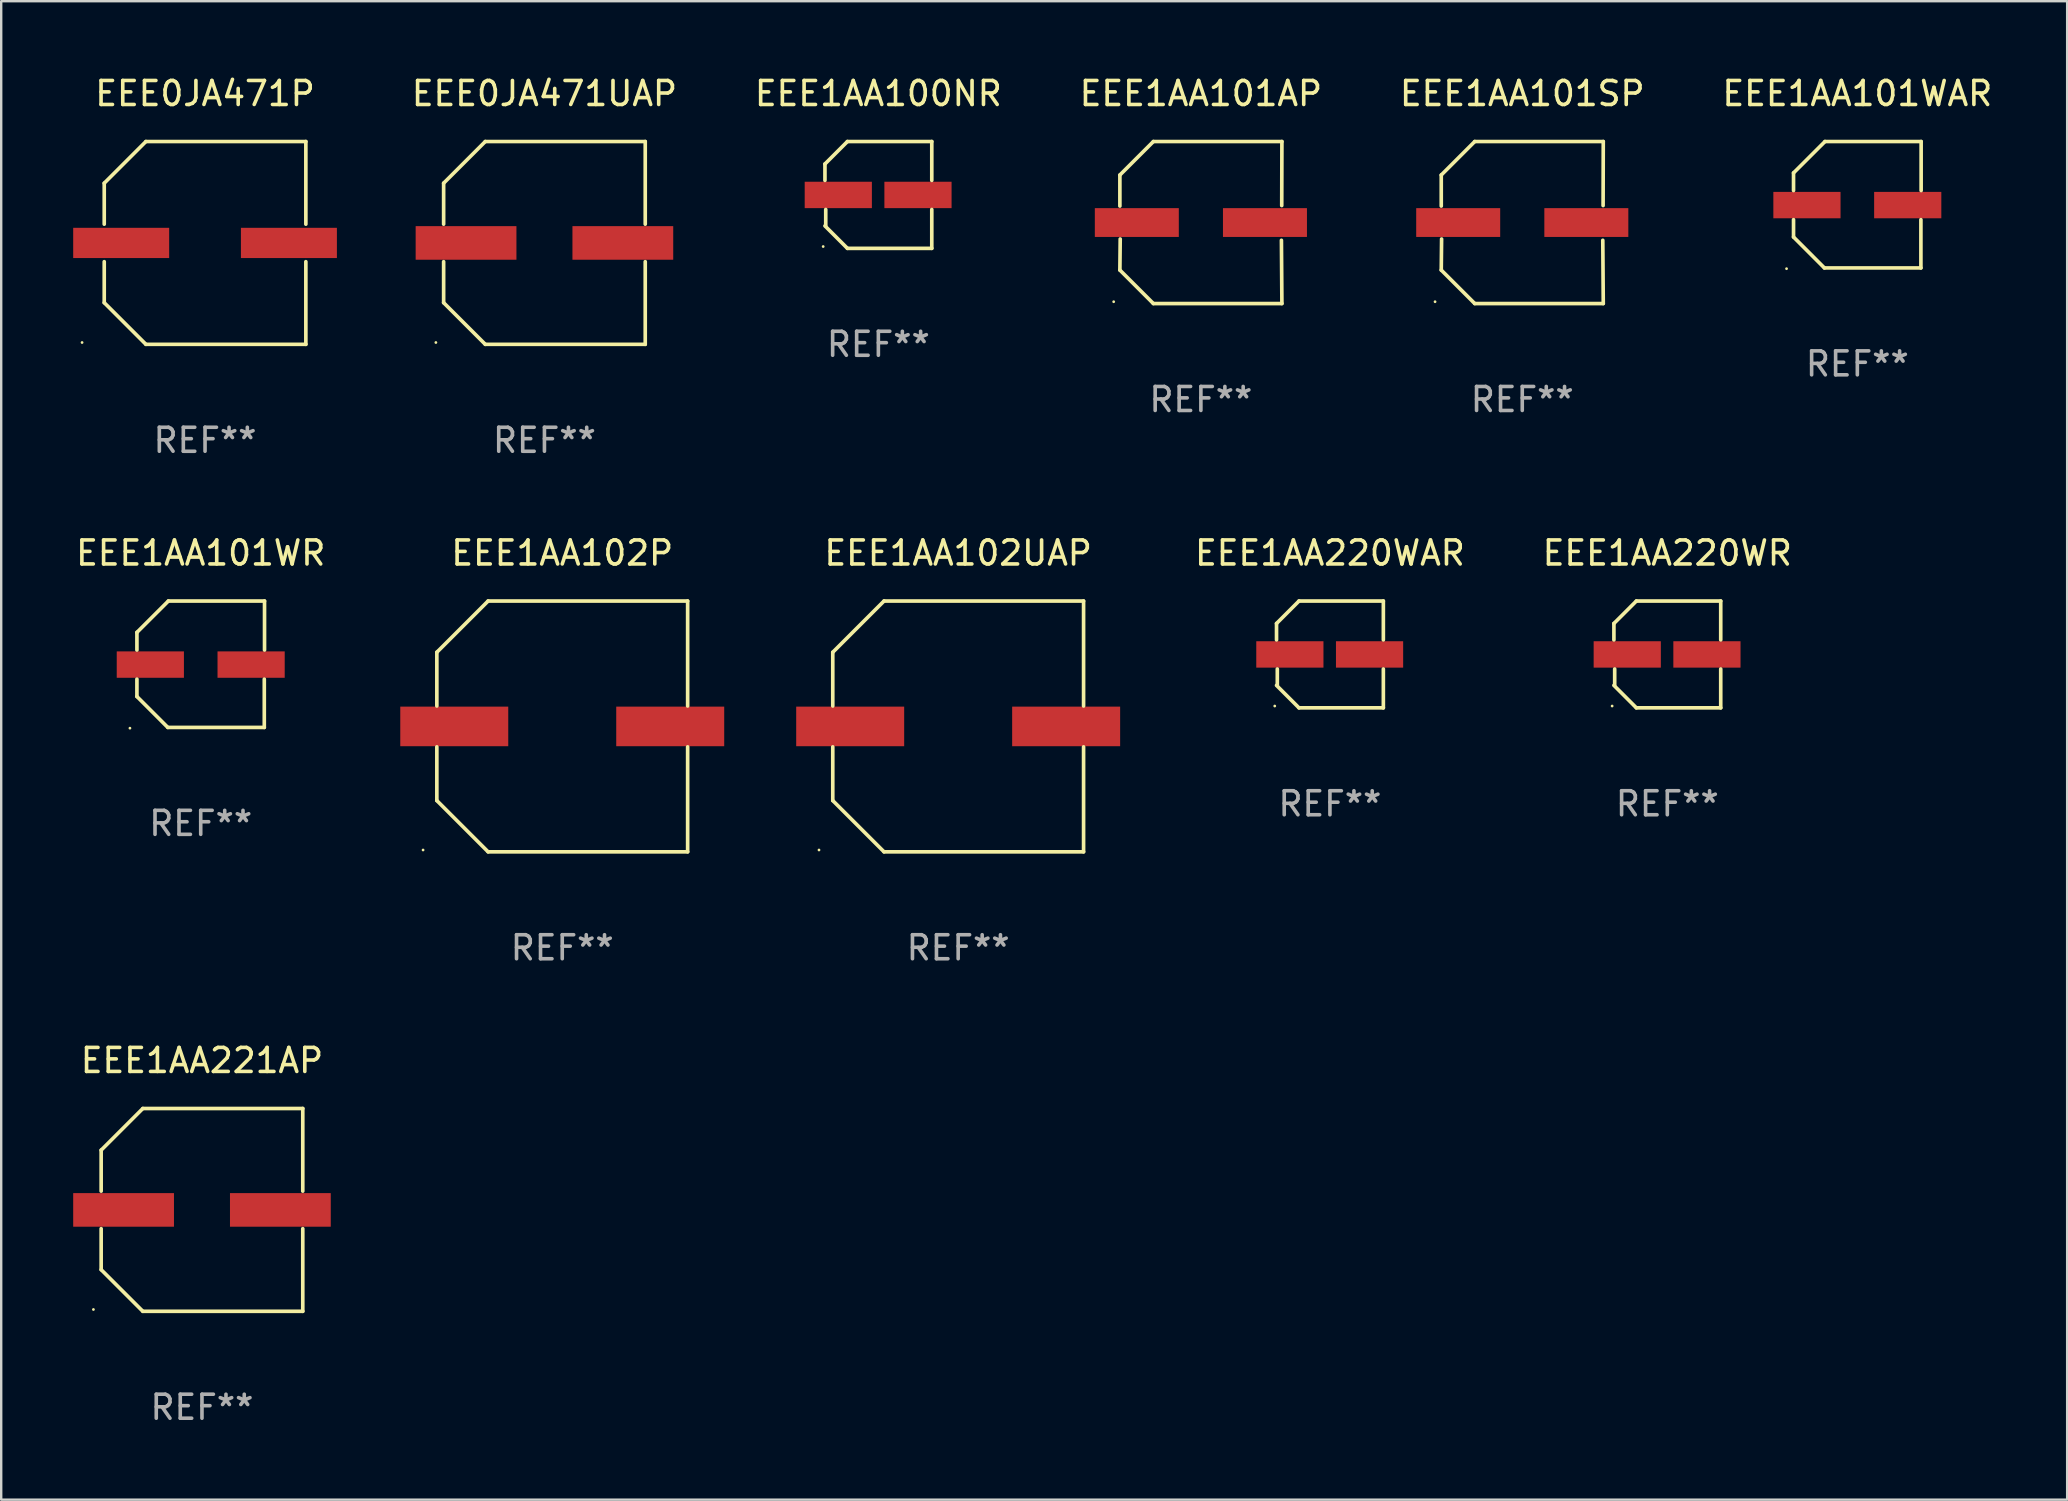
<source format=kicad_pcb>
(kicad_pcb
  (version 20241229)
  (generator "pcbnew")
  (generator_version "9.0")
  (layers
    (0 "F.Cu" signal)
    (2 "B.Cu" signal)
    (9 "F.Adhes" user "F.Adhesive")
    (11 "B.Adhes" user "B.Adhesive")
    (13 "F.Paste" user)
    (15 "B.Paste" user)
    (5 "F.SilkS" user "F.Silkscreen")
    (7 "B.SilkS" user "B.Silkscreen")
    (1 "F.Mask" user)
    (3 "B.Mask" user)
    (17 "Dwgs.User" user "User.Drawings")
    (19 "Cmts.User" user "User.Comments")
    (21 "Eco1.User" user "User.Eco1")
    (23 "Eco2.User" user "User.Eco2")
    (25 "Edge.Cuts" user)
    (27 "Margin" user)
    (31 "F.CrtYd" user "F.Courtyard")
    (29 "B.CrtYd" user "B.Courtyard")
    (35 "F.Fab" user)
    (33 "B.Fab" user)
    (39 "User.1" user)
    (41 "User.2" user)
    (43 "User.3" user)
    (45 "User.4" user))
  (footprint "EEE1AA220WAR"
    (layer "F.Cu")
    (at 52.374 24.223)
    (property "Reference" "EEE1AA220WAR" (at 0 -4.226 0) (layer "F.SilkS") (effects (font (size 1 1) (thickness 0.15))))
    (attr through_hole)
    (fp_line (start -2.226 -1.29) (end -2.226 -0.607) (stroke (width 0.152) (type solid)) (layer "F.SilkS"))
    (fp_line (start -2.193 1.29) (end -2.193 0.607) (stroke (width 0.152) (type solid)) (layer "F.SilkS"))
    (fp_line (start -1.29 2.226) (end -2.226 1.29) (stroke (width 0.152) (type solid)) (layer "F.SilkS"))
    (fp_line (start -1.29 -2.226) (end -2.226 -1.29) (stroke (width 0.152) (type solid)) (layer "F.SilkS"))
    (fp_line (start 2.226 -2.226) (end -1.29 -2.226) (stroke (width 0.152) (type solid)) (layer "F.SilkS"))
    (fp_line (start 2.226 -0.607) (end 2.226 -2.226) (stroke (width 0.152) (type solid)) (layer "F.SilkS"))
    (fp_line (start 2.226 0.607) (end 2.226 2.226) (stroke (width 0.152) (type solid)) (layer "F.SilkS"))
    (fp_line (start 2.226 2.226) (end -1.29 2.226) (stroke (width 0.152) (type solid)) (layer "F.SilkS"))
    (fp_circle (center -2.3 2.15) (end -2.27 2.15) (stroke (width 0.06) (type solid)) (fill no) (layer "F.SilkS"))
    (fp_text user "REF**" (at 0 6.226 0) (layer "F.Fab") (effects (font (size 1 1) (thickness 0.15))))
    (pad "1" smd rect (at -1.67 -0.000025) (size 2.8 1.1) (layers "F.Cu" "F.Mask" "F.Paste"))
    (pad "2" smd rect (at 1.651 -0.000025) (size 2.8 1.1) (layers "F.Cu" "F.Mask" "F.Paste")))
  (footprint "EEE1AA101AP"
    (layer "F.Cu")
    (at 46.996 6.224)
    (property "Reference" "EEE1AA101AP" (at 0 -5.376 0) (layer "F.SilkS") (effects (font (size 1 1) (thickness 0.15))))
    (attr through_hole)
    (fp_line (start -3.376 -1.98) (end -3.376 -0.686) (stroke (width 0.152) (type solid)) (layer "F.SilkS"))
    (fp_line (start -3.376 1.981) (end -3.362 0.686) (stroke (width 0.152) (type solid)) (layer "F.SilkS"))
    (fp_line (start -1.981 3.376) (end -3.376 1.981) (stroke (width 0.152) (type solid)) (layer "F.SilkS"))
    (fp_line (start -1.98 -3.376) (end -3.376 -1.98) (stroke (width 0.152) (type solid)) (layer "F.SilkS"))
    (fp_line (start 3.356 0.74) (end 3.376 3.376) (stroke (width 0.152) (type solid)) (layer "F.SilkS"))
    (fp_line (start 3.369 -0.707) (end 3.376 -3.376) (stroke (width 0.152) (type solid)) (layer "F.SilkS"))
    (fp_line (start 3.376 3.376) (end -1.981 3.376) (stroke (width 0.152) (type solid)) (layer "F.SilkS"))
    (fp_line (start 3.376 -3.376) (end -1.98 -3.376) (stroke (width 0.152) (type solid)) (layer "F.SilkS"))
    (fp_circle (center -3.634 3.3) (end -3.604 3.3) (stroke (width 0.06) (type solid)) (fill no) (layer "F.SilkS"))
    (fp_text user "REF**" (at 0 7.376 0) (layer "F.Fab") (effects (font (size 1 1) (thickness 0.15))))
    (pad "1" smd rect (at -2.67 0.000254) (size 3.5 1.2) (layers "F.Cu" "F.Mask" "F.Paste"))
    (pad "2" smd rect (at 2.67 0.000254) (size 3.5 1.2) (layers "F.Cu" "F.Mask" "F.Paste")))
  (footprint "EEE1AA102P"
    (layer "F.Cu")
    (at 20.381 27.223)
    (property "Reference" "EEE1AA102P" (at 0 -7.226 0) (layer "F.SilkS") (effects (font (size 1 1) (thickness 0.15))))
    (attr through_hole)
    (fp_line (start -5.226 -3.09) (end -5.226 -0.852) (stroke (width 0.152) (type solid)) (layer "F.SilkS"))
    (fp_line (start -5.226 3.09) (end -5.226 0.852) (stroke (width 0.152) (type solid)) (layer "F.SilkS"))
    (fp_line (start -3.09 -5.226) (end -5.226 -3.09) (stroke (width 0.152) (type solid)) (layer "F.SilkS"))
    (fp_line (start -3.09 5.226) (end -5.226 3.09) (stroke (width 0.152) (type solid)) (layer "F.SilkS"))
    (fp_line (start 5.226 -5.226) (end -3.09 -5.226) (stroke (width 0.152) (type solid)) (layer "F.SilkS"))
    (fp_line (start 5.226 -0.852) (end 5.226 -5.226) (stroke (width 0.152) (type solid)) (layer "F.SilkS"))
    (fp_line (start 5.226 0.852) (end 5.226 5.226) (stroke (width 0.152) (type solid)) (layer "F.SilkS"))
    (fp_line (start 5.226 5.226) (end -3.09 5.226) (stroke (width 0.152) (type solid)) (layer "F.SilkS"))
    (fp_circle (center -5.8 5.15) (end -5.77 5.15) (stroke (width 0.06) (type solid)) (fill no) (layer "F.SilkS"))
    (fp_text user "REF**" (at 0 9.226 0) (layer "F.Fab") (effects (font (size 1 1) (thickness 0.15))))
    (pad "1" smd rect (at -4.5 0) (size 4.5 1.65) (layers "F.Cu" "F.Mask" "F.Paste"))
    (pad "2" smd rect (at 4.5 0) (size 4.5 1.65) (layers "F.Cu" "F.Mask" "F.Paste")))
  (footprint "EEE1AA101WR"
    (layer "F.Cu")
    (at 5.315 24.631)
    (property "Reference" "EEE1AA101WR" (at 0 -4.634 0) (layer "F.SilkS") (effects (font (size 1 1) (thickness 0.15))))
    (attr through_hole)
    (fp_line (start -2.659 -1.326) (end -2.659 -0.592) (stroke (width 0.152) (type solid)) (layer "F.SilkS"))
    (fp_line (start -2.659 1.346) (end -2.659 0.622) (stroke (width 0.152) (type solid)) (layer "F.SilkS"))
    (fp_line (start -1.372 2.634) (end -2.659 1.346) (stroke (width 0.152) (type solid)) (layer "F.SilkS"))
    (fp_line (start -1.349 -2.634) (end -2.659 -1.326) (stroke (width 0.152) (type solid)) (layer "F.SilkS"))
    (fp_line (start 2.649 0.622) (end 2.649 2.634) (stroke (width 0.152) (type solid)) (layer "F.SilkS"))
    (fp_line (start 2.649 2.634) (end -1.372 2.634) (stroke (width 0.152) (type solid)) (layer "F.SilkS"))
    (fp_line (start 2.659 -2.634) (end -1.349 -2.634) (stroke (width 0.152) (type solid)) (layer "F.SilkS"))
    (fp_line (start 2.659 -0.592) (end 2.659 -2.634) (stroke (width 0.152) (type solid)) (layer "F.SilkS"))
    (fp_circle (center -2.95 2.665) (end -2.92 2.665) (stroke (width 0.06) (type solid)) (fill no) (layer "F.SilkS"))
    (fp_text user "REF**" (at 0 6.634 0) (layer "F.Fab") (effects (font (size 1 1) (thickness 0.15))))
    (pad "1" smd rect (at -2.1 0.015) (size 2.8 1.1) (layers "F.Cu" "F.Mask" "F.Paste"))
    (pad "2" smd rect (at 2.1 0.015) (size 2.8 1.1) (layers "F.Cu" "F.Mask" "F.Paste")))
  (footprint "EEE1AA101WAR"
    (layer "F.Cu")
    (at 74.353 5.482)
    (property "Reference" "EEE1AA101WAR" (at 0 -4.634 0) (layer "F.SilkS") (effects (font (size 1 1) (thickness 0.15))))
    (attr through_hole)
    (fp_line (start -2.659 -1.326) (end -2.659 -0.592) (stroke (width 0.152) (type solid)) (layer "F.SilkS"))
    (fp_line (start -2.659 1.346) (end -2.659 0.622) (stroke (width 0.152) (type solid)) (layer "F.SilkS"))
    (fp_line (start -1.372 2.634) (end -2.659 1.346) (stroke (width 0.152) (type solid)) (layer "F.SilkS"))
    (fp_line (start -1.349 -2.634) (end -2.659 -1.326) (stroke (width 0.152) (type solid)) (layer "F.SilkS"))
    (fp_line (start 2.649 0.622) (end 2.649 2.634) (stroke (width 0.152) (type solid)) (layer "F.SilkS"))
    (fp_line (start 2.649 2.634) (end -1.372 2.634) (stroke (width 0.152) (type solid)) (layer "F.SilkS"))
    (fp_line (start 2.659 -2.634) (end -1.349 -2.634) (stroke (width 0.152) (type solid)) (layer "F.SilkS"))
    (fp_line (start 2.659 -0.592) (end 2.659 -2.634) (stroke (width 0.152) (type solid)) (layer "F.SilkS"))
    (fp_circle (center -2.95 2.665) (end -2.92 2.665) (stroke (width 0.06) (type solid)) (fill no) (layer "F.SilkS"))
    (fp_text user "REF**" (at 0 6.634 0) (layer "F.Fab") (effects (font (size 1 1) (thickness 0.15))))
    (pad "1" smd rect (at -2.1 0.015) (size 2.8 1.1) (layers "F.Cu" "F.Mask" "F.Paste"))
    (pad "2" smd rect (at 2.1 0.015) (size 2.8 1.1) (layers "F.Cu" "F.Mask" "F.Paste")))
  (footprint "EEE1AA221AP"
    (layer "F.Cu")
    (at 5.367 47.372)
    (property "Reference" "EEE1AA221AP" (at 0 -6.226 0) (layer "F.SilkS") (effects (font (size 1 1) (thickness 0.15))))
    (attr through_hole)
    (fp_line (start -4.201 -2.49) (end -4.201 -0.782) (stroke (width 0.152) (type solid)) (layer "F.SilkS"))
    (fp_line (start -4.201 2.49) (end -4.201 0.782) (stroke (width 0.152) (type solid)) (layer "F.SilkS"))
    (fp_line (start -2.465 -4.226) (end -4.201 -2.49) (stroke (width 0.152) (type solid)) (layer "F.SilkS"))
    (fp_line (start -2.465 4.226) (end -4.201 2.49) (stroke (width 0.152) (type solid)) (layer "F.SilkS"))
    (fp_line (start 4.201 -4.226) (end -2.465 -4.226) (stroke (width 0.152) (type solid)) (layer "F.SilkS"))
    (fp_line (start 4.201 -0.782) (end 4.201 -4.226) (stroke (width 0.152) (type solid)) (layer "F.SilkS"))
    (fp_line (start 4.201 0.782) (end 4.201 4.226) (stroke (width 0.152) (type solid)) (layer "F.SilkS"))
    (fp_line (start 4.201 4.226) (end -2.465 4.226) (stroke (width 0.152) (type solid)) (layer "F.SilkS"))
    (fp_circle (center -4.524 4.15) (end -4.494 4.15) (stroke (width 0.06) (type solid)) (fill no) (layer "F.SilkS"))
    (fp_text user "REF**" (at 0 8.226 0) (layer "F.Fab") (effects (font (size 1 1) (thickness 0.15))))
    (pad "1" smd rect (at -3.267 0) (size 4.2 1.4) (layers "F.Cu" "F.Mask" "F.Paste"))
    (pad "2" smd rect (at 3.267 0) (size 4.2 1.4) (layers "F.Cu" "F.Mask" "F.Paste")))
  (footprint "EEE1AA220WR"
    (layer "F.Cu")
    (at 66.434 24.223)
    (property "Reference" "EEE1AA220WR" (at 0 -4.226 0) (layer "F.SilkS") (effects (font (size 1 1) (thickness 0.15))))
    (attr through_hole)
    (fp_line (start -2.226 -1.29) (end -2.226 -0.607) (stroke (width 0.152) (type solid)) (layer "F.SilkS"))
    (fp_line (start -2.193 1.29) (end -2.193 0.607) (stroke (width 0.152) (type solid)) (layer "F.SilkS"))
    (fp_line (start -1.29 2.226) (end -2.226 1.29) (stroke (width 0.152) (type solid)) (layer "F.SilkS"))
    (fp_line (start -1.29 -2.226) (end -2.226 -1.29) (stroke (width 0.152) (type solid)) (layer "F.SilkS"))
    (fp_line (start 2.226 -2.226) (end -1.29 -2.226) (stroke (width 0.152) (type solid)) (layer "F.SilkS"))
    (fp_line (start 2.226 -0.607) (end 2.226 -2.226) (stroke (width 0.152) (type solid)) (layer "F.SilkS"))
    (fp_line (start 2.226 0.607) (end 2.226 2.226) (stroke (width 0.152) (type solid)) (layer "F.SilkS"))
    (fp_line (start 2.226 2.226) (end -1.29 2.226) (stroke (width 0.152) (type solid)) (layer "F.SilkS"))
    (fp_circle (center -2.3 2.15) (end -2.27 2.15) (stroke (width 0.06) (type solid)) (fill no) (layer "F.SilkS"))
    (fp_text user "REF**" (at 0 6.226 0) (layer "F.Fab") (effects (font (size 1 1) (thickness 0.15))))
    (pad "1" smd rect (at -1.67 -0.000025) (size 2.8 1.1) (layers "F.Cu" "F.Mask" "F.Paste"))
    (pad "2" smd rect (at 1.651 -0.000025) (size 2.8 1.1) (layers "F.Cu" "F.Mask" "F.Paste")))
  (footprint "EEE1AA102UAP"
    (layer "F.Cu")
    (at 36.881 27.223)
    (property "Reference" "EEE1AA102UAP" (at 0 -7.226 0) (layer "F.SilkS") (effects (font (size 1 1) (thickness 0.15))))
    (attr through_hole)
    (fp_line (start -5.226 -3.09) (end -5.226 -0.852) (stroke (width 0.152) (type solid)) (layer "F.SilkS"))
    (fp_line (start -5.226 3.09) (end -5.226 0.852) (stroke (width 0.152) (type solid)) (layer "F.SilkS"))
    (fp_line (start -3.09 -5.226) (end -5.226 -3.09) (stroke (width 0.152) (type solid)) (layer "F.SilkS"))
    (fp_line (start -3.09 5.226) (end -5.226 3.09) (stroke (width 0.152) (type solid)) (layer "F.SilkS"))
    (fp_line (start 5.226 -5.226) (end -3.09 -5.226) (stroke (width 0.152) (type solid)) (layer "F.SilkS"))
    (fp_line (start 5.226 -0.852) (end 5.226 -5.226) (stroke (width 0.152) (type solid)) (layer "F.SilkS"))
    (fp_line (start 5.226 0.852) (end 5.226 5.226) (stroke (width 0.152) (type solid)) (layer "F.SilkS"))
    (fp_line (start 5.226 5.226) (end -3.09 5.226) (stroke (width 0.152) (type solid)) (layer "F.SilkS"))
    (fp_circle (center -5.8 5.15) (end -5.77 5.15) (stroke (width 0.06) (type solid)) (fill no) (layer "F.SilkS"))
    (fp_text user "REF**" (at 0 9.226 0) (layer "F.Fab") (effects (font (size 1 1) (thickness 0.15))))
    (pad "1" smd rect (at -4.5 0) (size 4.5 1.65) (layers "F.Cu" "F.Mask" "F.Paste"))
    (pad "2" smd rect (at 4.5 0) (size 4.5 1.65) (layers "F.Cu" "F.Mask" "F.Paste")))
  (footprint "EEE0JA471P"
    (layer "F.Cu")
    (at 5.495 7.074)
    (property "Reference" "EEE0JA471P" (at 0 -6.226 0) (layer "F.SilkS") (effects (font (size 1 1) (thickness 0.15))))
    (attr through_hole)
    (fp_line (start -4.201 -2.49) (end -4.201 -0.782) (stroke (width 0.152) (type solid)) (layer "F.SilkS"))
    (fp_line (start -4.201 2.49) (end -4.201 0.782) (stroke (width 0.152) (type solid)) (layer "F.SilkS"))
    (fp_line (start -2.465 -4.226) (end -4.201 -2.49) (stroke (width 0.152) (type solid)) (layer "F.SilkS"))
    (fp_line (start -2.465 4.226) (end -4.201 2.49) (stroke (width 0.152) (type solid)) (layer "F.SilkS"))
    (fp_line (start 4.201 -4.226) (end -2.465 -4.226) (stroke (width 0.152) (type solid)) (layer "F.SilkS"))
    (fp_line (start 4.201 -0.782) (end 4.201 -4.226) (stroke (width 0.152) (type solid)) (layer "F.SilkS"))
    (fp_line (start 4.201 0.782) (end 4.201 4.226) (stroke (width 0.152) (type solid)) (layer "F.SilkS"))
    (fp_line (start 4.201 4.226) (end -2.465 4.226) (stroke (width 0.152) (type solid)) (layer "F.SilkS"))
    (fp_circle (center -5.125 4.15) (end -5.095 4.15) (stroke (width 0.06) (type solid)) (fill no) (layer "F.SilkS"))
    (fp_text user "REF**" (at 0 8.226 0) (layer "F.Fab") (effects (font (size 1 1) (thickness 0.15))))
    (pad "1" smd rect (at -3.495 0.000051) (size 4 1.26) (layers "F.Cu" "F.Mask" "F.Paste"))
    (pad "2" smd rect (at 3.495 0.000051) (size 4 1.26) (layers "F.Cu" "F.Mask" "F.Paste")))
  (footprint "EEE1AA100NR"
    (layer "F.Cu")
    (at 33.555 5.074)
    (property "Reference" "EEE1AA100NR" (at 0 -4.226 0) (layer "F.SilkS") (effects (font (size 1 1) (thickness 0.15))))
    (attr through_hole)
    (fp_line (start -2.226 -1.29) (end -2.226 -0.607) (stroke (width 0.152) (type solid)) (layer "F.SilkS"))
    (fp_line (start -2.193 1.29) (end -2.193 0.607) (stroke (width 0.152) (type solid)) (layer "F.SilkS"))
    (fp_line (start -1.29 2.226) (end -2.226 1.29) (stroke (width 0.152) (type solid)) (layer "F.SilkS"))
    (fp_line (start -1.29 -2.226) (end -2.226 -1.29) (stroke (width 0.152) (type solid)) (layer "F.SilkS"))
    (fp_line (start 2.226 -2.226) (end -1.29 -2.226) (stroke (width 0.152) (type solid)) (layer "F.SilkS"))
    (fp_line (start 2.226 -0.607) (end 2.226 -2.226) (stroke (width 0.152) (type solid)) (layer "F.SilkS"))
    (fp_line (start 2.226 0.607) (end 2.226 2.226) (stroke (width 0.152) (type solid)) (layer "F.SilkS"))
    (fp_line (start 2.226 2.226) (end -1.29 2.226) (stroke (width 0.152) (type solid)) (layer "F.SilkS"))
    (fp_circle (center -2.3 2.15) (end -2.27 2.15) (stroke (width 0.06) (type solid)) (fill no) (layer "F.SilkS"))
    (fp_text user "REF**" (at 0 6.226 0) (layer "F.Fab") (effects (font (size 1 1) (thickness 0.15))))
    (pad "1" smd rect (at -1.67 -0.000025) (size 2.8 1.1) (layers "F.Cu" "F.Mask" "F.Paste"))
    (pad "2" smd rect (at 1.651 -0.000025) (size 2.8 1.1) (layers "F.Cu" "F.Mask" "F.Paste")))
  (footprint "EEE1AA101SP"
    (layer "F.Cu")
    (at 60.389 6.224)
    (property "Reference" "EEE1AA101SP" (at 0 -5.376 0) (layer "F.SilkS") (effects (font (size 1 1) (thickness 0.15))))
    (attr through_hole)
    (fp_line (start -3.376 -1.98) (end -3.376 -0.686) (stroke (width 0.152) (type solid)) (layer "F.SilkS"))
    (fp_line (start -3.376 1.981) (end -3.362 0.686) (stroke (width 0.152) (type solid)) (layer "F.SilkS"))
    (fp_line (start -1.981 3.376) (end -3.376 1.981) (stroke (width 0.152) (type solid)) (layer "F.SilkS"))
    (fp_line (start -1.98 -3.376) (end -3.376 -1.98) (stroke (width 0.152) (type solid)) (layer "F.SilkS"))
    (fp_line (start 3.356 0.74) (end 3.376 3.376) (stroke (width 0.152) (type solid)) (layer "F.SilkS"))
    (fp_line (start 3.369 -0.707) (end 3.376 -3.376) (stroke (width 0.152) (type solid)) (layer "F.SilkS"))
    (fp_line (start 3.376 3.376) (end -1.981 3.376) (stroke (width 0.152) (type solid)) (layer "F.SilkS"))
    (fp_line (start 3.376 -3.376) (end -1.98 -3.376) (stroke (width 0.152) (type solid)) (layer "F.SilkS"))
    (fp_circle (center -3.634 3.3) (end -3.604 3.3) (stroke (width 0.06) (type solid)) (fill no) (layer "F.SilkS"))
    (fp_text user "REF**" (at 0 7.376 0) (layer "F.Fab") (effects (font (size 1 1) (thickness 0.15))))
    (pad "1" smd rect (at -2.67 0.000254) (size 3.5 1.2) (layers "F.Cu" "F.Mask" "F.Paste"))
    (pad "2" smd rect (at 2.67 0.000254) (size 3.5 1.2) (layers "F.Cu" "F.Mask" "F.Paste")))
  (footprint "EEE0JA471UAP"
    (layer "F.Cu")
    (at 19.639 7.074)
    (property "Reference" "EEE0JA471UAP" (at 0 -6.226 0) (layer "F.SilkS") (effects (font (size 1 1) (thickness 0.15))))
    (attr through_hole)
    (fp_line (start -4.201 -2.49) (end -4.201 -0.782) (stroke (width 0.152) (type solid)) (layer "F.SilkS"))
    (fp_line (start -4.201 2.49) (end -4.201 0.782) (stroke (width 0.152) (type solid)) (layer "F.SilkS"))
    (fp_line (start -2.465 -4.226) (end -4.201 -2.49) (stroke (width 0.152) (type solid)) (layer "F.SilkS"))
    (fp_line (start -2.465 4.226) (end -4.201 2.49) (stroke (width 0.152) (type solid)) (layer "F.SilkS"))
    (fp_line (start 4.201 -4.226) (end -2.465 -4.226) (stroke (width 0.152) (type solid)) (layer "F.SilkS"))
    (fp_line (start 4.201 -0.782) (end 4.201 -4.226) (stroke (width 0.152) (type solid)) (layer "F.SilkS"))
    (fp_line (start 4.201 0.782) (end 4.201 4.226) (stroke (width 0.152) (type solid)) (layer "F.SilkS"))
    (fp_line (start 4.201 4.226) (end -2.465 4.226) (stroke (width 0.152) (type solid)) (layer "F.SilkS"))
    (fp_circle (center -4.524 4.15) (end -4.494 4.15) (stroke (width 0.06) (type solid)) (fill no) (layer "F.SilkS"))
    (fp_text user "REF**" (at 0 8.226 0) (layer "F.Fab") (effects (font (size 1 1) (thickness 0.15))))
    (pad "1" smd rect (at -3.267 0) (size 4.2 1.4) (layers "F.Cu" "F.Mask" "F.Paste"))
    (pad "2" smd rect (at 3.267 0) (size 4.2 1.4) (layers "F.Cu" "F.Mask" "F.Paste")))
  (gr_rect
    (start -3 -3)
    (end 83.097 59.447)
    (stroke (width 0.1) (type default))
    (fill no)
    (layer "Edge.Cuts")))
</source>
